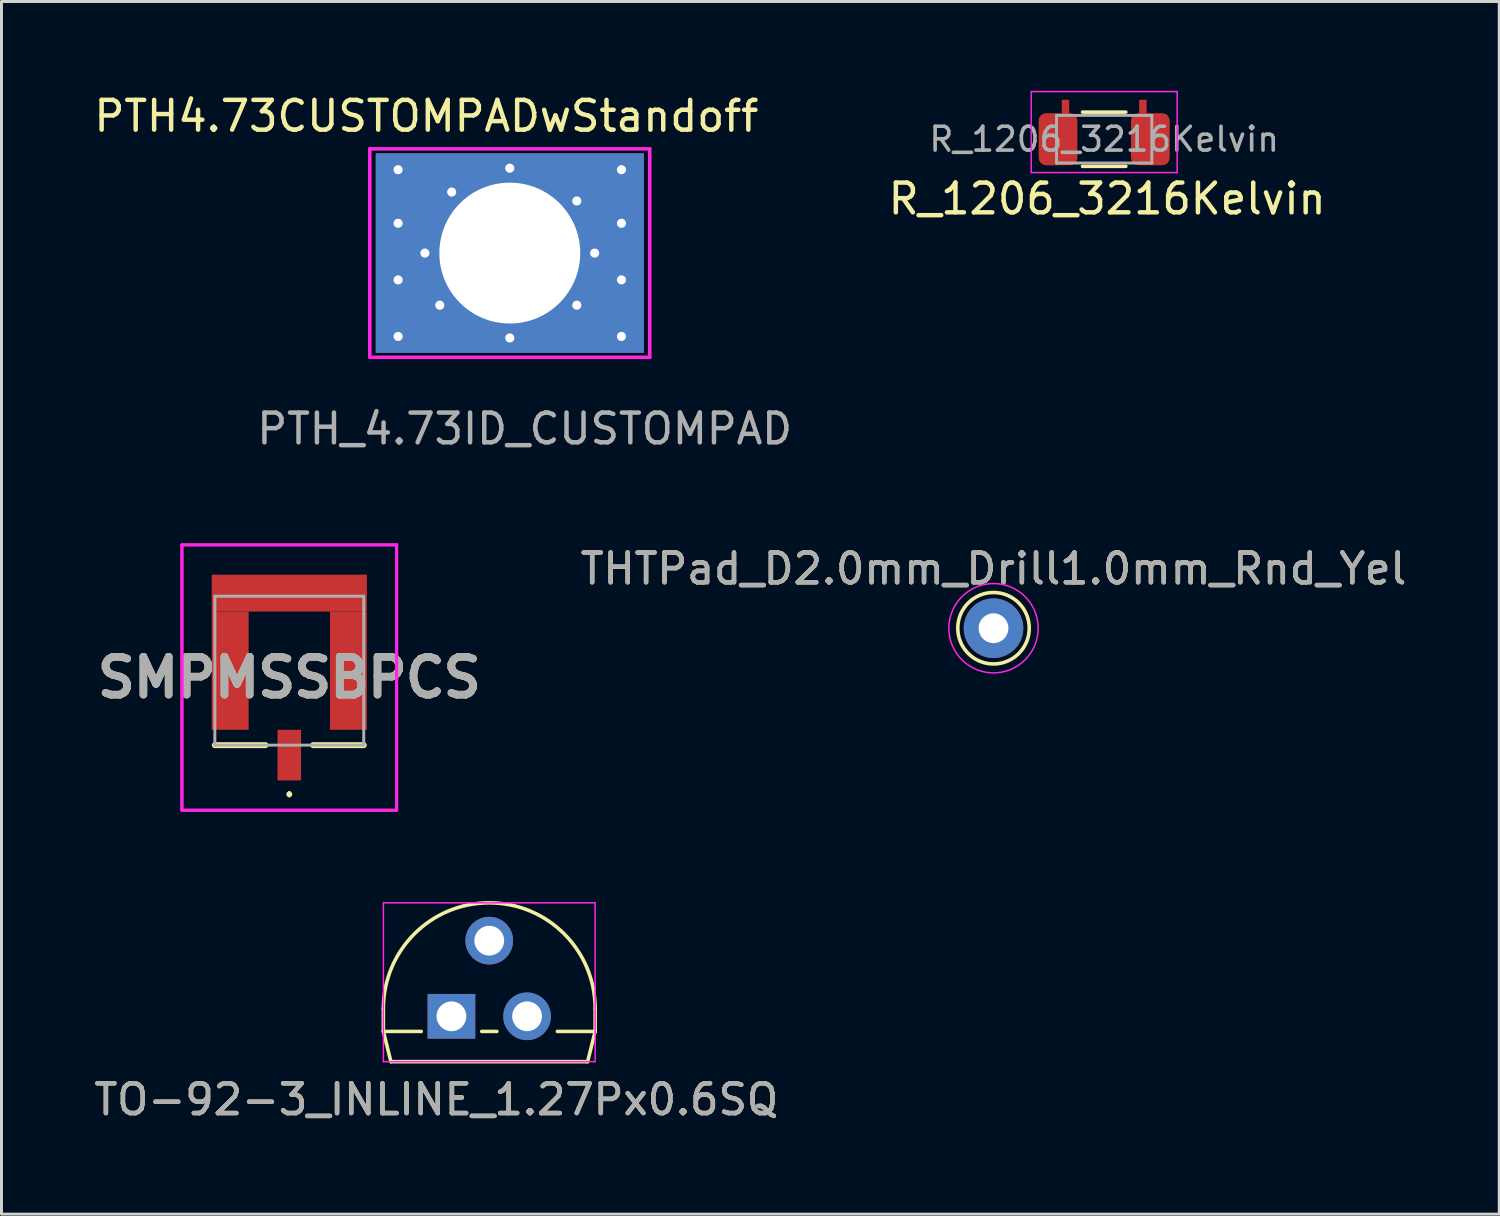
<source format=kicad_pcb>
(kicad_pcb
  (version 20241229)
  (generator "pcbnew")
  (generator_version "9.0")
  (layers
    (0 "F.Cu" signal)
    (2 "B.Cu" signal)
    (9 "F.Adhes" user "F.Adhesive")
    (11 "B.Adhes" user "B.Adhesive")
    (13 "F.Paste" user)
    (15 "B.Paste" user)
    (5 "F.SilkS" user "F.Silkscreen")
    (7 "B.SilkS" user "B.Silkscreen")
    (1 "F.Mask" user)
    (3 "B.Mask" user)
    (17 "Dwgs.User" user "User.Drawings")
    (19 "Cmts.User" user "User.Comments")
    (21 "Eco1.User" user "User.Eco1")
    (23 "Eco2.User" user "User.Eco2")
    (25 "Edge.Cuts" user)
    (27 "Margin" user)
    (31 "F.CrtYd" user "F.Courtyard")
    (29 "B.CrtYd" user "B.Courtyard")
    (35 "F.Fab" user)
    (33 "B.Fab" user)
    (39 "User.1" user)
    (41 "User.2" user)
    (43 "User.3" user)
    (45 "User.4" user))
  (footprint "SMPMSSBPCS"
    (layer "F.Cu")
    (at 6.664 19.471)
    (property "Reference" "SMPMSSBPCS" (at 0 0.23 0) (layer "F.SilkS") (effects (font (size 1.27 1.27) (thickness 0.254))))
    (attr smd)
    (fp_line (start -2.5 2.5) (end -0.8 2.5) (stroke (width 0.2) (type solid)) (layer "F.SilkS"))
    (fp_line (start 0 4.1) (end 0 4.1) (stroke (width 0.1) (type solid)) (layer "F.SilkS"))
    (fp_line (start 0 4.2) (end 0 4.2) (stroke (width 0.1) (type solid)) (layer "F.SilkS"))
    (fp_line (start 2.5 2.5) (end 0.8 2.5) (stroke (width 0.2) (type solid)) (layer "F.SilkS"))
    (fp_arc (start 0 4.1) (mid 0.05 4.15) (end 0 4.2) (stroke (width 0.1) (type solid)) (layer "F.SilkS"))
    (fp_arc (start 0 4.2) (mid -0.05 4.15) (end 0 4.1) (stroke (width 0.1) (type solid)) (layer "F.SilkS"))
    (fp_line (start -3.605 -4.225) (end 3.605 -4.225) (stroke (width 0.1) (type solid)) (layer "F.CrtYd"))
    (fp_line (start -3.605 -4.225) (end 3.605 -4.225) (stroke (width 0.1) (type solid)) (layer "F.CrtYd"))
    (fp_line (start -3.605 4.685) (end -3.605 -4.225) (stroke (width 0.1) (type solid)) (layer "F.CrtYd"))
    (fp_line (start -3.605 4.685) (end -3.605 -4.225) (stroke (width 0.1) (type solid)) (layer "F.CrtYd"))
    (fp_line (start 3.605 -4.225) (end 3.605 4.685) (stroke (width 0.1) (type solid)) (layer "F.CrtYd"))
    (fp_line (start 3.605 -4.225) (end 3.605 4.685) (stroke (width 0.1) (type solid)) (layer "F.CrtYd"))
    (fp_line (start 3.605 4.685) (end -3.605 4.685) (stroke (width 0.1) (type solid)) (layer "F.CrtYd"))
    (fp_line (start 3.605 4.685) (end -3.605 4.685) (stroke (width 0.1) (type solid)) (layer "F.CrtYd"))
    (fp_line (start -2.5 -2.5) (end 2.5 -2.5) (stroke (width 0.1) (type solid)) (layer "F.Fab"))
    (fp_line (start -2.5 2.5) (end -2.5 -2.5) (stroke (width 0.1) (type solid)) (layer "F.Fab"))
    (fp_line (start 2.5 -2.5) (end 2.5 2.5) (stroke (width 0.1) (type solid)) (layer "F.Fab"))
    (fp_line (start 2.5 2.5) (end -2.5 2.5) (stroke (width 0.1) (type solid)) (layer "F.Fab"))
    (fp_text user "${REFERENCE}" (at 0 0.23 0) (layer "F.Fab") (effects (font (size 1.27 1.27) (thickness 0.254))))
    (pad "1" smd rect (at 0 2.835) (size 0.79 1.7) (layers "F.Cu" "F.Mask" "F.Paste"))
    (pad "2" smd rect (at 1.985 0) (size 1.24 3.97) (layers "F.Cu" "F.Mask" "F.Paste"))
    (pad "3" smd rect (at -1.985 0) (size 1.24 3.97) (layers "F.Cu" "F.Mask" "F.Paste"))
    (pad "4" smd rect (at 0 -2.605 90) (size 1.24 5.21) (layers "F.Cu" "F.Mask" "F.Paste")))
  (footprint "TO-92-3_INLINE_1.27Px0.6SQ"
    (layer "F.Cu")
    (at 12.109 31.076)
    (property "Reference" "TO-92-3_INLINE_1.27Px0.6SQ" (at -0.508 2.794 0) (layer "F.SilkS") (effects (font (size 1 1) (thickness 0.15))))
    (attr through_hole)
    (fp_line (start -2.286 -0.254) (end -2.286 0.508) (stroke (width 0.12) (type solid)) (layer "F.SilkS"))
    (fp_line (start -2.286 0.508) (end -2.032 1.524) (stroke (width 0.12) (type solid)) (layer "F.SilkS"))
    (fp_line (start -2.286 0.508) (end -1.016 0.508) (stroke (width 0.12) (type solid)) (layer "F.SilkS"))
    (fp_line (start -2.032 1.524) (end 4.572 1.524) (stroke (width 0.12) (type solid)) (layer "F.SilkS"))
    (fp_line (start 1.016 0.508) (end 1.524 0.508) (stroke (width 0.12) (type solid)) (layer "F.SilkS"))
    (fp_line (start 3.556 0.508) (end 4.826 0.508) (stroke (width 0.12) (type solid)) (layer "F.SilkS"))
    (fp_line (start 4.826 -0.254) (end 4.826 0.508) (stroke (width 0.12) (type solid)) (layer "F.SilkS"))
    (fp_line (start 4.826 0.508) (end 4.572 1.524) (stroke (width 0.12) (type solid)) (layer "F.SilkS"))
    (fp_arc (start -2.286 -0.254) (mid 1.27 -3.81) (end 4.826 -0.254) (stroke (width 0.12) (type solid)) (layer "F.SilkS"))
    (fp_line (start -2.286 -3.81) (end -2.286 1.524) (stroke (width 0.05) (type solid)) (layer "F.CrtYd"))
    (fp_line (start -2.286 -3.81) (end 4.826 -3.81) (stroke (width 0.05) (type solid)) (layer "F.CrtYd"))
    (fp_line (start 4.826 1.524) (end -2.286 1.524) (stroke (width 0.05) (type solid)) (layer "F.CrtYd"))
    (fp_line (start 4.826 1.524) (end 4.826 -3.81) (stroke (width 0.05) (type solid)) (layer "F.CrtYd"))
    (fp_text user "${REFERENCE}" (at -0.508 2.794 0) (layer "F.Fab") (effects (font (size 1 1) (thickness 0.15))))
    (pad "1" thru_hole rect (at 0 0) (size 1.6 1.5) (drill 1) (layers "*.Cu" "*.Mask"))
    (pad "2" thru_hole circle (at 1.27 -2.54) (size 1.6 1.6) (drill 1) (layers "*.Cu" "*.Mask"))
    (pad "3" thru_hole circle (at 2.54 0) (size 1.6 1.6) (drill 1) (layers "*.Cu" "*.Mask")))
  (footprint "THTPad_D2.0mm_Drill1.0mm_Rnd_Yel"
    (layer "F.Cu")
    (at 30.311 18.045)
    (property "Reference" "THTPad_D2.0mm_Drill1.0mm_Rnd_Yel" (at 0 -1.998 0) (layer "F.SilkS") (effects (font (size 1 1) (thickness 0.15))))
    (attr exclude_from_pos_files exclude_from_bom)
    (fp_circle (center 0 0) (end 0 1.2) (stroke (width 0.12) (type solid)) (fill no) (layer "F.SilkS"))
    (fp_circle (center 0 0) (end 1.5 0) (stroke (width 0.05) (type solid)) (fill no) (layer "F.CrtYd"))
    (fp_text user "${REFERENCE}" (at 0 -2 0) (layer "F.Fab") (effects (font (size 1 1) (thickness 0.15))))
    (pad "1" thru_hole circle (at 0 0) (size 2 2) (drill 1) (layers "*.Cu" "*.Mask")))
  (footprint "R_1206_3216Kelvin"
    (layer "F.Cu")
    (at 34.027 1.625)
    (property "Reference" "R_1206_3216Kelvin" (at 0.1 2 0) (layer "F.SilkS") (effects (font (size 1 1) (thickness 0.15))))
    (attr smd)
    (fp_line (start -0.727 -0.91) (end 0.727 -0.91) (stroke (width 0.12) (type solid)) (layer "F.SilkS"))
    (fp_line (start -0.727 0.91) (end 0.727 0.91) (stroke (width 0.12) (type solid)) (layer "F.SilkS"))
    (fp_line (start -2.45 -1.6) (end 2.45 -1.6) (stroke (width 0.05) (type solid)) (layer "F.CrtYd"))
    (fp_line (start -2.45 1.12) (end -2.45 -1.6) (stroke (width 0.05) (type solid)) (layer "F.CrtYd"))
    (fp_line (start 2.45 -1.6) (end 2.45 1.12) (stroke (width 0.05) (type solid)) (layer "F.CrtYd"))
    (fp_line (start 2.45 1.12) (end -2.45 1.12) (stroke (width 0.05) (type solid)) (layer "F.CrtYd"))
    (fp_line (start -1.6 -0.8) (end 1.6 -0.8) (stroke (width 0.1) (type solid)) (layer "F.Fab"))
    (fp_line (start -1.6 0.8) (end -1.6 -0.8) (stroke (width 0.1) (type solid)) (layer "F.Fab"))
    (fp_line (start 1.6 -0.8) (end 1.6 0.8) (stroke (width 0.1) (type solid)) (layer "F.Fab"))
    (fp_line (start 1.6 0.8) (end -1.6 0.8) (stroke (width 0.1) (type solid)) (layer "F.Fab"))
    (fp_text user "${REFERENCE}" (at 0 0 0) (layer "F.Fab") (effects (font (size 0.8 0.8) (thickness 0.12))))
    (pad "1" smd custom (at -1.55 0) (size 1.3 1.3) (layers "F.Cu" "F.Mask" "F.Paste") (options (anchor circle)) (primitives (gr_poly (pts (xy -0.65 -0.625) (xy -0.631 -0.721) (xy -0.577 -0.802) (xy -0.496 -0.856) (xy -0.4 -0.875) (xy 0.4 -0.875) (xy 0.496 -0.856) (xy 0.577 -0.802) (xy 0.631 -0.721) (xy 0.65 -0.625) (xy 0.65 0.625) (xy 0.631 0.721) (xy 0.577 0.802) (xy 0.496 0.856) (xy 0.4 0.875) (xy -0.4 0.875) (xy -0.496 0.856) (xy -0.577 0.802) (xy -0.631 0.721) (xy -0.65 0.625)) (width 0) (fill yes)) (gr_rect (start 0.15 -1.3) (end 0.35 -0.7) (width 0.05) (fill yes))))
    (pad "2" smd custom (at 1.55 0) (size 1.3 1.3) (layers "F.Cu" "F.Mask" "F.Paste") (options (anchor circle)) (primitives (gr_poly (pts (xy -0.65 -0.625) (xy -0.631 -0.721) (xy -0.577 -0.802) (xy -0.496 -0.856) (xy -0.4 -0.875) (xy 0.4 -0.875) (xy 0.496 -0.856) (xy 0.577 -0.802) (xy 0.631 -0.721) (xy 0.65 -0.625) (xy 0.65 0.625) (xy 0.631 0.721) (xy 0.577 0.802) (xy 0.496 0.856) (xy 0.4 0.875) (xy -0.4 0.875) (xy -0.496 0.856) (xy -0.577 0.802) (xy -0.631 0.721) (xy -0.65 0.625)) (width 0) (fill yes)) (gr_rect (start -0.35 -1.3) (end -0.15 -0.7) (width 0.05) (fill yes)))))
  (footprint "PTH4.73CUSTOMPADwStandoff"
    (layer "F.Cu")
    (at 14.068 5.448)
    (property "Reference" "PTH4.73CUSTOMPADwStandoff" (at -2.8 -4.6 0) (unlocked yes) (layer "F.SilkS") (effects (font (size 1 1) (thickness 0.15))))
    (attr through_hole)
    (fp_line (start -4.7 -3.5) (end 4.7 -3.5) (stroke (width 0.12) (type solid)) (layer "F.CrtYd"))
    (fp_line (start -4.7 3.5) (end -4.7 -3.5) (stroke (width 0.12) (type solid)) (layer "F.CrtYd"))
    (fp_line (start 4.7 -3.5) (end 4.7 3.5) (stroke (width 0.12) (type solid)) (layer "F.CrtYd"))
    (fp_line (start 4.7 3.5) (end -4.7 3.5) (stroke (width 0.12) (type solid)) (layer "F.CrtYd"))
    (fp_text user "PTH_4.73ID_CUSTOMPAD" (at 0.5 5.9 0) (layer "F.Fab") (effects (font (size 1 1) (thickness 0.15))))
    (pad "1" thru_hole circle (at -3.75 -2.8) (size 0.61 0.61) (drill 0.305) (layers "*.Cu" "*.Mask"))
    (pad "1" thru_hole circle (at -3.75 -1) (size 0.61 0.61) (drill 0.305) (layers "*.Cu" "*.Mask"))
    (pad "1" thru_hole circle (at -3.75 0.9) (size 0.61 0.61) (drill 0.305) (layers "*.Cu" "*.Mask"))
    (pad "1" thru_hole circle (at -3.75 2.8) (size 0.61 0.61) (drill 0.305) (layers "*.Cu" "*.Mask"))
    (pad "1" thru_hole circle (at -2.85 0) (size 0.61 0.61) (drill 0.305) (layers "*.Cu" "*.Mask"))
    (pad "1" thru_hole circle (at -2.35 1.75) (size 0.61 0.61) (drill 0.305) (layers "*.Cu" "*.Mask"))
    (pad "1" thru_hole circle (at -1.95 -2.05) (size 0.61 0.61) (drill 0.305) (layers "*.Cu" "*.Mask"))
    (pad "1" thru_hole circle (at 0 -2.85) (size 0.61 0.61) (drill 0.305) (layers "*.Cu" "*.Mask"))
    (pad "1" thru_hole rect (at 0 0) (size 9 6.7) (drill 4.73) (layers "*.Cu" "*.Mask"))
    (pad "1" thru_hole circle (at 0 2.85) (size 0.61 0.61) (drill 0.305) (layers "*.Cu" "*.Mask"))
    (pad "1" thru_hole circle (at 2.25 -1.75) (size 0.61 0.61) (drill 0.305) (layers "*.Cu" "*.Mask"))
    (pad "1" thru_hole circle (at 2.25 1.75) (size 0.61 0.61) (drill 0.305) (layers "*.Cu" "*.Mask"))
    (pad "1" thru_hole circle (at 2.85 0) (size 0.61 0.61) (drill 0.305) (layers "*.Cu" "*.Mask"))
    (pad "1" thru_hole circle (at 3.75 -2.8) (size 0.61 0.61) (drill 0.305) (layers "*.Cu" "*.Mask"))
    (pad "1" thru_hole circle (at 3.75 -1) (size 0.61 0.61) (drill 0.305) (layers "*.Cu" "*.Mask"))
    (pad "1" thru_hole circle (at 3.75 0.9) (size 0.61 0.61) (drill 0.305) (layers "*.Cu" "*.Mask"))
    (pad "1" thru_hole circle (at 3.75 2.8) (size 0.61 0.61) (drill 0.305) (layers "*.Cu" "*.Mask")))
  (gr_rect
    (start -3 -3)
    (end 47.293 37.719)
    (stroke (width 0.1) (type default))
    (fill no)
    (layer "Edge.Cuts")))
</source>
